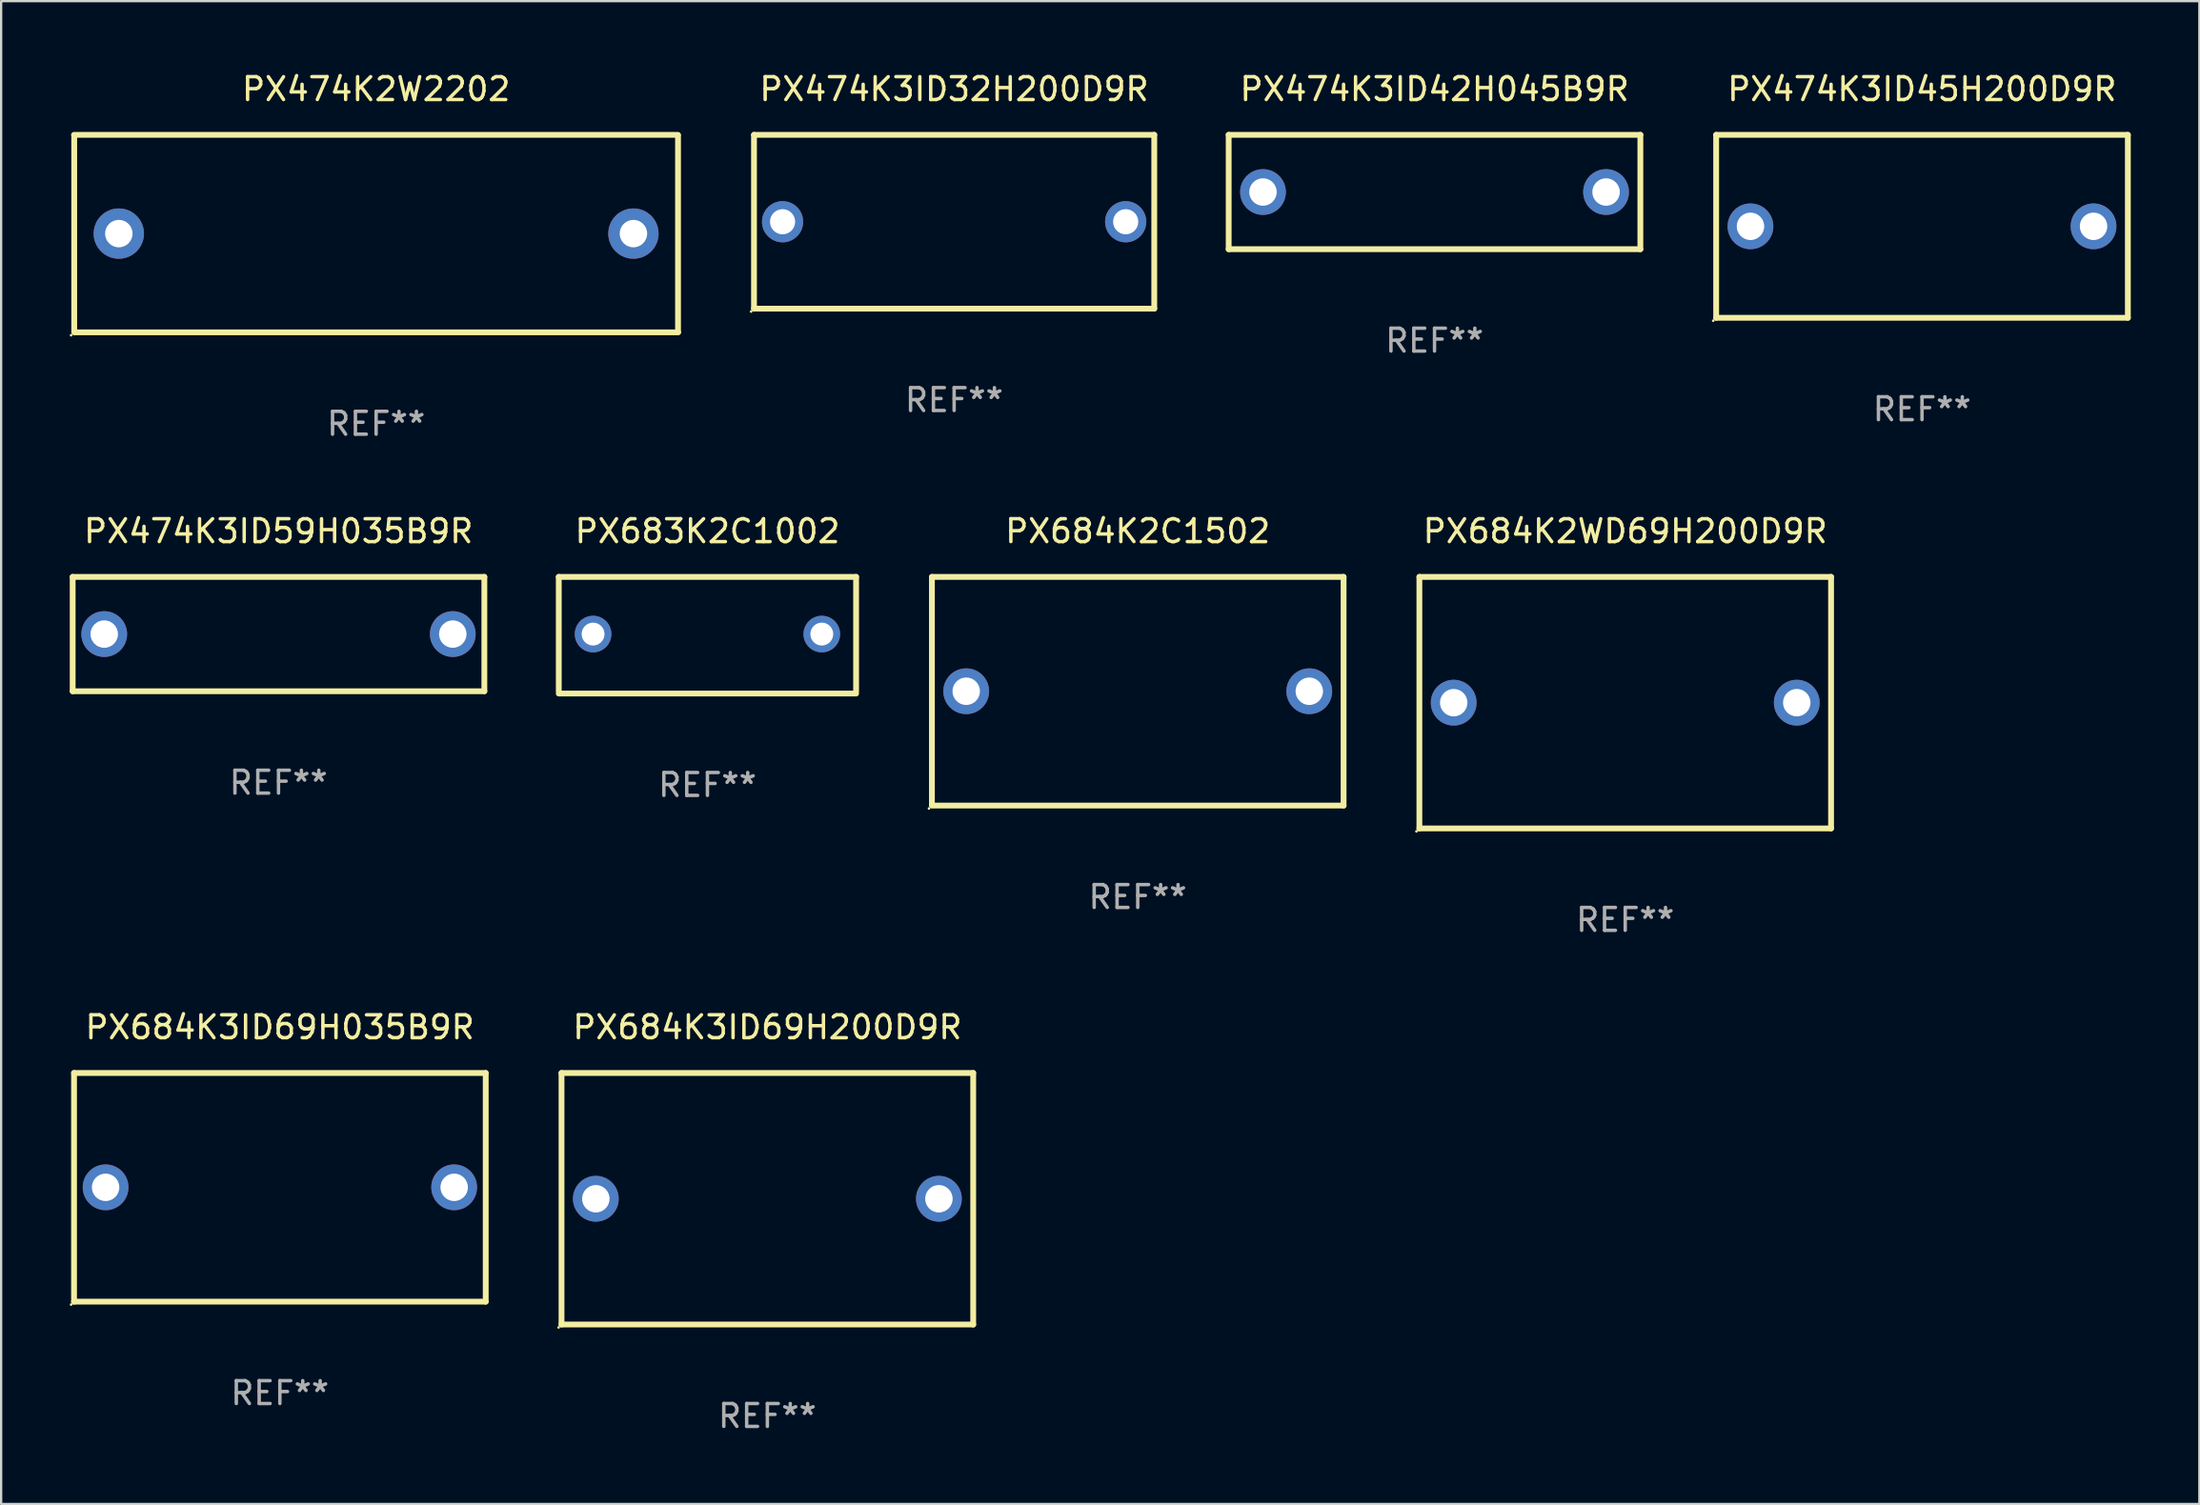
<source format=kicad_pcb>
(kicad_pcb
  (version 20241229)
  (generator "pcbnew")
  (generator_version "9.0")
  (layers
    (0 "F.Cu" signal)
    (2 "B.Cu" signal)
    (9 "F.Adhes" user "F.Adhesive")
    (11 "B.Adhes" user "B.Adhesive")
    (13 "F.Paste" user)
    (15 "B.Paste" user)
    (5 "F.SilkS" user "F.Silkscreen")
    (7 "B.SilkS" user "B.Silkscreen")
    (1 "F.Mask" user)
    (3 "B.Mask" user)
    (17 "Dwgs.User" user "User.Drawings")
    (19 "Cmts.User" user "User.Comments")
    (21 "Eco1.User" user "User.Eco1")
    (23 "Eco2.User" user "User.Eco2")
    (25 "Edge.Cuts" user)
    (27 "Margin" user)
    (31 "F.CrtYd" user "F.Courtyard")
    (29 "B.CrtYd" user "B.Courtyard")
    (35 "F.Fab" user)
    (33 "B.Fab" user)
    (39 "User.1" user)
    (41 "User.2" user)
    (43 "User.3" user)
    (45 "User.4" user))
  (footprint "PX684K2C1502"
    (layer "F.Cu")
    (at 46.695 27.181)
    (property "Reference" "PX684K2C1502" (at 0 -7 0) (layer "F.SilkS") (effects (font (size 1 1) (thickness 0.15))))
    (attr through_hole)
    (fp_line (start -9 -5) (end -9 4.98) (stroke (width 0.254) (type solid)) (layer "F.SilkS"))
    (fp_line (start -9 -5) (end 9 -5) (stroke (width 0.254) (type solid)) (layer "F.SilkS"))
    (fp_line (start -9 5) (end 9 5) (stroke (width 0.254) (type solid)) (layer "F.SilkS"))
    (fp_line (start 9 -5) (end 9 5) (stroke (width 0.254) (type solid)) (layer "F.SilkS"))
    (fp_circle (center -9.127 5.127) (end -9.097 5.127) (stroke (width 0.06) (type solid)) (fill no) (layer "F.SilkS"))
    (fp_text user "REF**" (at 0 9 0) (layer "F.Fab") (effects (font (size 1 1) (thickness 0.15))))
    (pad "1" thru_hole circle (at -7.5 0) (size 2 2) (drill 1.2) (layers "*.Cu" "*.Mask"))
    (pad "2" thru_hole circle (at 7.5 0) (size 2 2) (drill 1.2) (layers "*.Cu" "*.Mask")))
  (footprint "PX684K2WD69H200D9R"
    (layer "F.Cu")
    (at 68.009 27.681)
    (property "Reference" "PX684K2WD69H200D9R" (at 0 -7.5 0) (layer "F.SilkS") (effects (font (size 1 1) (thickness 0.15))))
    (attr through_hole)
    (fp_line (start -9 -5.5) (end 9 -5.5) (stroke (width 0.254) (type solid)) (layer "F.SilkS"))
    (fp_line (start -9 5.5) (end -9 -5.5) (stroke (width 0.254) (type solid)) (layer "F.SilkS"))
    (fp_line (start 9 -5.5) (end 9 5.5) (stroke (width 0.254) (type solid)) (layer "F.SilkS"))
    (fp_line (start 9 5.5) (end -9 5.5) (stroke (width 0.254) (type solid)) (layer "F.SilkS"))
    (fp_circle (center -9.127 5.627) (end -9.097 5.627) (stroke (width 0.06) (type solid)) (fill no) (layer "F.SilkS"))
    (fp_text user "REF**" (at 0 9.5 0) (layer "F.Fab") (effects (font (size 1 1) (thickness 0.15))))
    (pad "1" thru_hole circle (at -7.5 0) (size 2 2) (drill 1.2) (layers "*.Cu" "*.Mask"))
    (pad "2" thru_hole circle (at 7.5 0) (size 2 2) (drill 1.2) (layers "*.Cu" "*.Mask")))
  (footprint "PX683K2C1002"
    (layer "F.Cu")
    (at 27.881 24.731)
    (property "Reference" "PX683K2C1002" (at 0 -4.55 0) (layer "F.SilkS") (effects (font (size 1 1) (thickness 0.15))))
    (attr through_hole)
    (fp_line (start -6.5 -2.55) (end 6.5 -2.55) (stroke (width 0.254) (type solid)) (layer "F.SilkS"))
    (fp_line (start -6.5 2.45) (end -6.5 -2.55) (stroke (width 0.254) (type solid)) (layer "F.SilkS"))
    (fp_line (start 6.5 -2.55) (end 6.5 2.45) (stroke (width 0.254) (type solid)) (layer "F.SilkS"))
    (fp_line (start 6.5 2.55) (end -6.5 2.55) (stroke (width 0.254) (type solid)) (layer "F.SilkS"))
    (fp_circle (center -6.5 2.45) (end -6.47 2.45) (stroke (width 0.06) (type solid)) (fill no) (layer "F.SilkS"))
    (fp_text user "REF**" (at 0 6.55 0) (layer "F.Fab") (effects (font (size 1 1) (thickness 0.15))))
    (pad "1" thru_hole circle (at -5 -0.05) (size 1.6 1.6) (drill 1) (layers "*.Cu" "*.Mask"))
    (pad "2" thru_hole circle (at 5 -0.05) (size 1.6 1.6) (drill 1) (layers "*.Cu" "*.Mask")))
  (footprint "PX474K2W2202"
    (layer "F.Cu")
    (at 13.395 7.166)
    (property "Reference" "PX474K2W2202" (at 0 -6.318 0) (layer "F.SilkS") (effects (font (size 1 1) (thickness 0.15))))
    (attr through_hole)
    (fp_line (start -13.208 -4.318) (end 13.193 -4.318) (stroke (width 0.254) (type solid)) (layer "F.SilkS"))
    (fp_line (start -13.2 4.3) (end -13.2 -4.3) (stroke (width 0.254) (type solid)) (layer "F.SilkS"))
    (fp_line (start 13.2 -4.3) (end 13.2 4.3) (stroke (width 0.254) (type solid)) (layer "F.SilkS"))
    (fp_line (start 13.208 4.318) (end -13.193 4.318) (stroke (width 0.254) (type solid)) (layer "F.SilkS"))
    (fp_circle (center -13.335 4.445) (end -13.305 4.445) (stroke (width 0.06) (type solid)) (fill no) (layer "F.SilkS"))
    (fp_text user "REF**" (at 0 8.318 0) (layer "F.Fab") (effects (font (size 1 1) (thickness 0.15))))
    (pad "1" thru_hole circle (at -11.25 0) (size 2.2 2.2) (drill 1.2) (layers "*.Cu" "*.Mask"))
    (pad "2" thru_hole circle (at 11.25 0) (size 2.2 2.2) (drill 1.2) (layers "*.Cu" "*.Mask")))
  (footprint "PX474K3ID42H045B9R"
    (layer "F.Cu")
    (at 59.671 5.348)
    (property "Reference" "PX474K3ID42H045B9R" (at 0 -4.5 0) (layer "F.SilkS") (effects (font (size 1 1) (thickness 0.15))))
    (attr through_hole)
    (fp_line (start -9 -2.5) (end 9 -2.5) (stroke (width 0.254) (type solid)) (layer "F.SilkS"))
    (fp_line (start -9 2.5) (end -9 -2.5) (stroke (width 0.254) (type solid)) (layer "F.SilkS"))
    (fp_line (start 9 -2.5) (end 9 2.5) (stroke (width 0.254) (type solid)) (layer "F.SilkS"))
    (fp_line (start 9 2.5) (end -9 2.5) (stroke (width 0.254) (type solid)) (layer "F.SilkS"))
    (fp_circle (center -9 2.5) (end -8.97 2.5) (stroke (width 0.06) (type solid)) (fill no) (layer "F.SilkS"))
    (fp_text user "REF**" (at 0 6.5 0) (layer "F.Fab") (effects (font (size 1 1) (thickness 0.15))))
    (pad "1" thru_hole circle (at -7.5 -0.000127) (size 2 2) (drill 1.2) (layers "*.Cu" "*.Mask"))
    (pad "2" thru_hole circle (at 7.5 -0.000127) (size 2 2) (drill 1.2) (layers "*.Cu" "*.Mask")))
  (footprint "PX474K3ID32H200D9R"
    (layer "F.Cu")
    (at 38.667 6.648)
    (property "Reference" "PX474K3ID32H200D9R" (at 0 -5.8 0) (layer "F.SilkS") (effects (font (size 1 1) (thickness 0.15))))
    (attr through_hole)
    (fp_line (start -8.75 -3.8) (end 8.75 -3.8) (stroke (width 0.254) (type solid)) (layer "F.SilkS"))
    (fp_line (start -8.75 3.8) (end -8.75 -3.8) (stroke (width 0.254) (type solid)) (layer "F.SilkS"))
    (fp_line (start 8.75 -3.8) (end 8.75 3.8) (stroke (width 0.254) (type solid)) (layer "F.SilkS"))
    (fp_line (start 8.75 3.8) (end -8.75 3.8) (stroke (width 0.254) (type solid)) (layer "F.SilkS"))
    (fp_circle (center -8.877 3.927) (end -8.847 3.927) (stroke (width 0.06) (type solid)) (fill no) (layer "F.SilkS"))
    (fp_text user "REF**" (at 0 7.8 0) (layer "F.Fab") (effects (font (size 1 1) (thickness 0.15))))
    (pad "1" thru_hole circle (at -7.501 0) (size 1.8 1.8) (drill 1.1) (layers "*.Cu" "*.Mask"))
    (pad "2" thru_hole circle (at 7.501 0) (size 1.8 1.8) (drill 1.1) (layers "*.Cu" "*.Mask")))
  (footprint "PX474K3ID59H035B9R"
    (layer "F.Cu")
    (at 9.127 24.681)
    (property "Reference" "PX474K3ID59H035B9R" (at 0 -4.5 0) (layer "F.SilkS") (effects (font (size 1 1) (thickness 0.15))))
    (attr through_hole)
    (fp_line (start -9 -2.5) (end 9 -2.5) (stroke (width 0.254) (type solid)) (layer "F.SilkS"))
    (fp_line (start -9 2.5) (end -9 -2.5) (stroke (width 0.254) (type solid)) (layer "F.SilkS"))
    (fp_line (start 9 -2.5) (end 9 2.5) (stroke (width 0.254) (type solid)) (layer "F.SilkS"))
    (fp_line (start 9 2.5) (end -9 2.5) (stroke (width 0.254) (type solid)) (layer "F.SilkS"))
    (fp_circle (center -9 2.5) (end -8.97 2.5) (stroke (width 0.06) (type solid)) (fill no) (layer "F.SilkS"))
    (fp_text user "REF**" (at 0 6.5 0) (layer "F.Fab") (effects (font (size 1 1) (thickness 0.15))))
    (pad "1" thru_hole circle (at -7.62 -0.000127) (size 2 2) (drill 1.2) (layers "*.Cu" "*.Mask"))
    (pad "2" thru_hole circle (at 7.62 -0.000127) (size 2 2) (drill 1.2) (layers "*.Cu" "*.Mask")))
  (footprint "PX474K3ID45H200D9R"
    (layer "F.Cu")
    (at 80.985 6.848)
    (property "Reference" "PX474K3ID45H200D9R" (at 0 -6 0) (layer "F.SilkS") (effects (font (size 1 1) (thickness 0.15))))
    (attr through_hole)
    (fp_line (start -9 -4) (end 9 -4) (stroke (width 0.254) (type solid)) (layer "F.SilkS"))
    (fp_line (start -9 4) (end -9 -4) (stroke (width 0.254) (type solid)) (layer "F.SilkS"))
    (fp_line (start 9 -4) (end 9 4) (stroke (width 0.254) (type solid)) (layer "F.SilkS"))
    (fp_line (start 9 4) (end -9 4) (stroke (width 0.254) (type solid)) (layer "F.SilkS"))
    (fp_circle (center -9.127 4.127) (end -9.097 4.127) (stroke (width 0.06) (type solid)) (fill no) (layer "F.SilkS"))
    (fp_text user "REF**" (at 0 8 0) (layer "F.Fab") (effects (font (size 1 1) (thickness 0.15))))
    (pad "1" thru_hole circle (at -7.5 0) (size 2 2) (drill 1.2) (layers "*.Cu" "*.Mask"))
    (pad "2" thru_hole circle (at 7.5 0) (size 2 2) (drill 1.2) (layers "*.Cu" "*.Mask")))
  (footprint "PX684K3ID69H200D9R"
    (layer "F.Cu")
    (at 30.501 49.377)
    (property "Reference" "PX684K3ID69H200D9R" (at 0 -7.5 0) (layer "F.SilkS") (effects (font (size 1 1) (thickness 0.15))))
    (attr through_hole)
    (fp_line (start -9 -5.5) (end 9 -5.5) (stroke (width 0.254) (type solid)) (layer "F.SilkS"))
    (fp_line (start -9 5.5) (end -9 -5.5) (stroke (width 0.254) (type solid)) (layer "F.SilkS"))
    (fp_line (start 9 -5.5) (end 9 5.5) (stroke (width 0.254) (type solid)) (layer "F.SilkS"))
    (fp_line (start 9 5.5) (end -9 5.5) (stroke (width 0.254) (type solid)) (layer "F.SilkS"))
    (fp_circle (center -9.127 5.627) (end -9.097 5.627) (stroke (width 0.06) (type solid)) (fill no) (layer "F.SilkS"))
    (fp_text user "REF**" (at 0 9.5 0) (layer "F.Fab") (effects (font (size 1 1) (thickness 0.15))))
    (pad "1" thru_hole circle (at -7.5 0) (size 2 2) (drill 1.2) (layers "*.Cu" "*.Mask"))
    (pad "2" thru_hole circle (at 7.5 0) (size 2 2) (drill 1.2) (layers "*.Cu" "*.Mask")))
  (footprint "PX684K3ID69H035B9R"
    (layer "F.Cu")
    (at 9.187 48.877)
    (property "Reference" "PX684K3ID69H035B9R" (at 0 -7 0) (layer "F.SilkS") (effects (font (size 1 1) (thickness 0.15))))
    (attr through_hole)
    (fp_line (start -9 -5) (end 9 -5) (stroke (width 0.254) (type solid)) (layer "F.SilkS"))
    (fp_line (start -9 5) (end -9 -5) (stroke (width 0.254) (type solid)) (layer "F.SilkS"))
    (fp_line (start 9 -5) (end 9 5) (stroke (width 0.254) (type solid)) (layer "F.SilkS"))
    (fp_line (start 9 5) (end -9 5) (stroke (width 0.254) (type solid)) (layer "F.SilkS"))
    (fp_circle (center -9.127 5.127) (end -9.097 5.127) (stroke (width 0.06) (type solid)) (fill no) (layer "F.SilkS"))
    (fp_text user "REF**" (at 0 9 0) (layer "F.Fab") (effects (font (size 1 1) (thickness 0.15))))
    (pad "1" thru_hole circle (at -7.62 0) (size 2 2) (drill 1.2) (layers "*.Cu" "*.Mask"))
    (pad "2" thru_hole circle (at 7.62 0) (size 2 2) (drill 1.2) (layers "*.Cu" "*.Mask")))
  (gr_rect
    (start -3 -3)
    (end 93.112 62.726)
    (stroke (width 0.1) (type default))
    (fill no)
    (layer "Edge.Cuts")))
</source>
